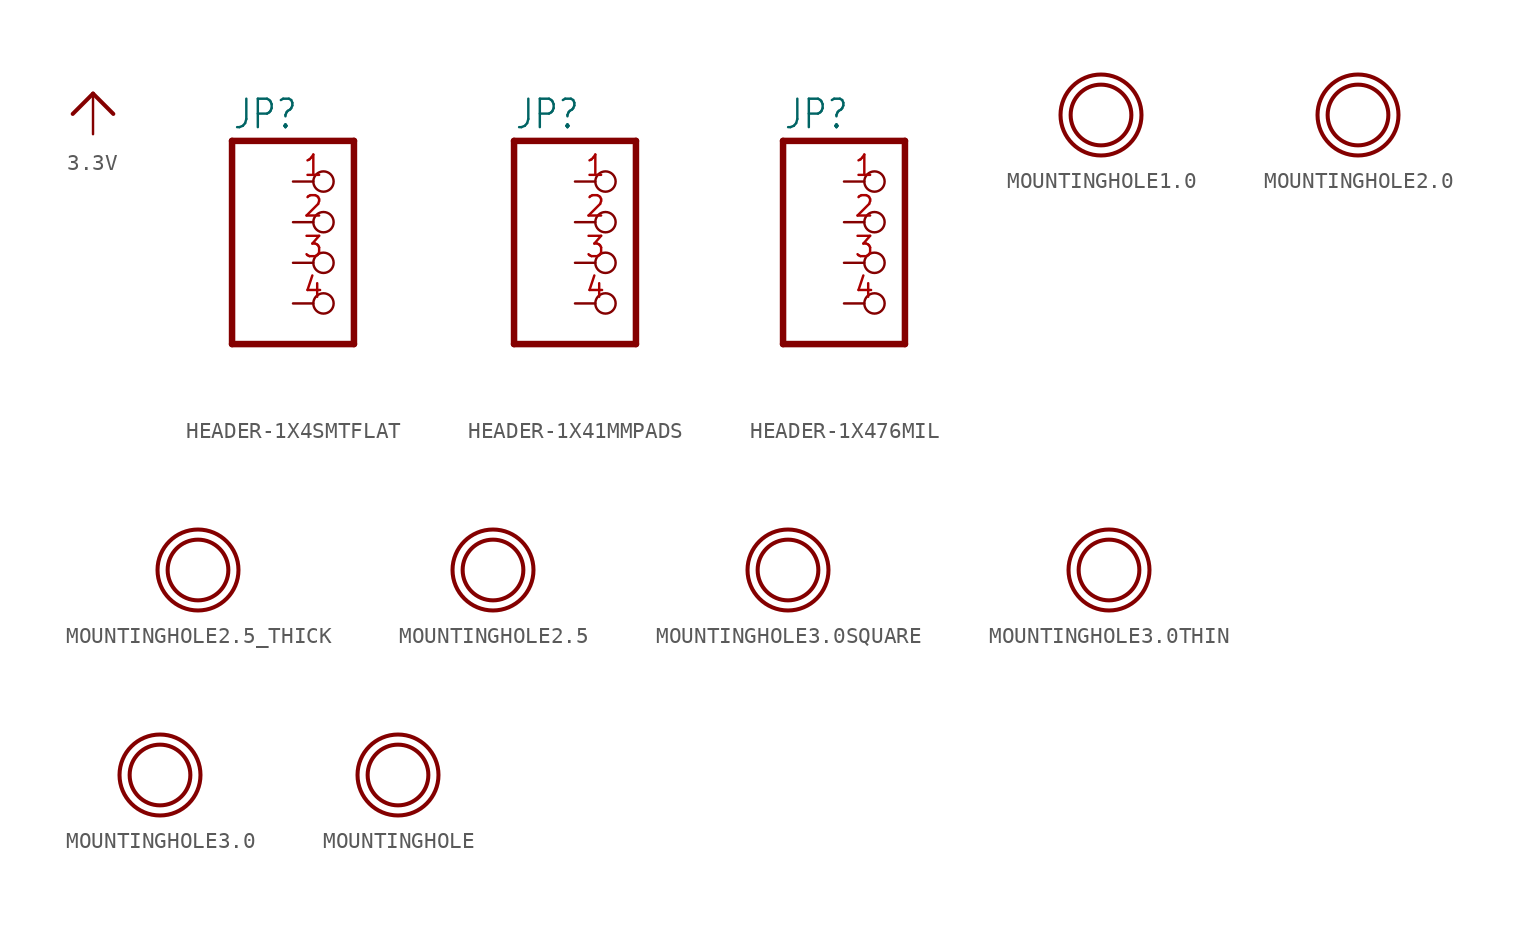
<source format=kicad_sym>
(kicad_symbol_lib
  (version 20231120)
  (generator "kicad_symbol_editor")
  (generator_version "8.0")
  (symbol "3.3V"
    (power)
    (property "Reference" ""
      (at 0 0 0)
      (effects (font (size 1.27 1.27)) (hide yes)))
    (property "Value" ""
      (at -1.524 1.016 0)
      (effects (font (size 1.27 1.079)) (justify left bottom)))
    (property "ki_locked" ""
      (at 0 0 0)
      (effects (font (size 1.27 1.27))))
    (symbol "3.3V_1_0"
      (polyline (pts (xy -1.27 -1.27) (xy 0 0)) (stroke (width 0.254) (type solid)) (fill (type none)))
      (polyline (pts (xy 0 0) (xy 1.27 -1.27)) (stroke (width 0.254) (type solid)) (fill (type none)))
      (pin power_in line (at 0 -2.54 90) (length 2.54) (name "3.3V" (effects (font (size 0 0)))) (number "1" (effects (font (size 0 0)))))))
  (symbol "HEADER-1X4SMTFLAT"
    (property "Reference" "JP"
      (at -6.35 8.255 0)
      (effects (font (size 1.778 1.511)) (justify left bottom)))
    (property "Value" ""
      (at -6.35 -7.62 0)
      (effects (font (size 1.778 1.511)) (justify left bottom)))
    (property "ki_locked" ""
      (at 0 0 0)
      (effects (font (size 1.27 1.27))))
    (symbol "HEADER-1X4SMTFLAT_1_0"
      (polyline (pts (xy -6.35 -5.08) (xy 1.27 -5.08)) (stroke (width 0.406) (type solid)) (fill (type none)))
      (polyline (pts (xy -6.35 7.62) (xy -6.35 -5.08)) (stroke (width 0.406) (type solid)) (fill (type none)))
      (polyline (pts (xy 1.27 -5.08) (xy 1.27 7.62)) (stroke (width 0.406) (type solid)) (fill (type none)))
      (polyline (pts (xy 1.27 7.62) (xy -6.35 7.62)) (stroke (width 0.406) (type solid)) (fill (type none)))
      (pin passive inverted (at -2.54 5.08 0) (length 2.54) (name "1" (effects (font (size 0 0)))) (number "1" (effects (font (size 1.27 1.27)))))
      (pin passive inverted (at -2.54 2.54 0) (length 2.54) (name "2" (effects (font (size 0 0)))) (number "2" (effects (font (size 1.27 1.27)))))
      (pin passive inverted (at -2.54 0 0) (length 2.54) (name "3" (effects (font (size 0 0)))) (number "3" (effects (font (size 1.27 1.27)))))
      (pin passive inverted (at -2.54 -2.54 0) (length 2.54) (name "4" (effects (font (size 0 0)))) (number "4" (effects (font (size 1.27 1.27)))))))
  (symbol "HEADER-1X41MMPADS"
    (property "Reference" "JP"
      (at -6.35 8.255 0)
      (effects (font (size 1.778 1.511)) (justify left bottom)))
    (property "Value" ""
      (at -6.35 -7.62 0)
      (effects (font (size 1.778 1.511)) (justify left bottom)))
    (property "ki_locked" ""
      (at 0 0 0)
      (effects (font (size 1.27 1.27))))
    (symbol "HEADER-1X41MMPADS_1_0"
      (polyline (pts (xy -6.35 -5.08) (xy 1.27 -5.08)) (stroke (width 0.406) (type solid)) (fill (type none)))
      (polyline (pts (xy -6.35 7.62) (xy -6.35 -5.08)) (stroke (width 0.406) (type solid)) (fill (type none)))
      (polyline (pts (xy 1.27 -5.08) (xy 1.27 7.62)) (stroke (width 0.406) (type solid)) (fill (type none)))
      (polyline (pts (xy 1.27 7.62) (xy -6.35 7.62)) (stroke (width 0.406) (type solid)) (fill (type none)))
      (pin passive inverted (at -2.54 5.08 0) (length 2.54) (name "1" (effects (font (size 0 0)))) (number "1" (effects (font (size 1.27 1.27)))))
      (pin passive inverted (at -2.54 2.54 0) (length 2.54) (name "2" (effects (font (size 0 0)))) (number "2" (effects (font (size 1.27 1.27)))))
      (pin passive inverted (at -2.54 0 0) (length 2.54) (name "3" (effects (font (size 0 0)))) (number "3" (effects (font (size 1.27 1.27)))))
      (pin passive inverted (at -2.54 -2.54 0) (length 2.54) (name "4" (effects (font (size 0 0)))) (number "4" (effects (font (size 1.27 1.27)))))))
  (symbol "HEADER-1X476MIL"
    (property "Reference" "JP"
      (at -6.35 8.255 0)
      (effects (font (size 1.778 1.511)) (justify left bottom)))
    (property "Value" ""
      (at -6.35 -7.62 0)
      (effects (font (size 1.778 1.511)) (justify left bottom)))
    (property "ki_locked" ""
      (at 0 0 0)
      (effects (font (size 1.27 1.27))))
    (symbol "HEADER-1X476MIL_1_0"
      (polyline (pts (xy -6.35 -5.08) (xy 1.27 -5.08)) (stroke (width 0.406) (type solid)) (fill (type none)))
      (polyline (pts (xy -6.35 7.62) (xy -6.35 -5.08)) (stroke (width 0.406) (type solid)) (fill (type none)))
      (polyline (pts (xy 1.27 -5.08) (xy 1.27 7.62)) (stroke (width 0.406) (type solid)) (fill (type none)))
      (polyline (pts (xy 1.27 7.62) (xy -6.35 7.62)) (stroke (width 0.406) (type solid)) (fill (type none)))
      (pin passive inverted (at -2.54 5.08 0) (length 2.54) (name "1" (effects (font (size 0 0)))) (number "1" (effects (font (size 1.27 1.27)))))
      (pin passive inverted (at -2.54 2.54 0) (length 2.54) (name "2" (effects (font (size 0 0)))) (number "2" (effects (font (size 1.27 1.27)))))
      (pin passive inverted (at -2.54 0 0) (length 2.54) (name "3" (effects (font (size 0 0)))) (number "3" (effects (font (size 1.27 1.27)))))
      (pin passive inverted (at -2.54 -2.54 0) (length 2.54) (name "4" (effects (font (size 0 0)))) (number "4" (effects (font (size 1.27 1.27)))))))
  (symbol "MOUNTINGHOLE1.0"
    (property "Reference" ""
      (at 0 0 0)
      (effects (font (size 1.27 1.27)) (hide yes)))
    (property "ki_locked" ""
      (at 0 0 0)
      (effects (font (size 1.27 1.27))))
    (symbol "MOUNTINGHOLE1.0_1_0"
      (circle (center 0 0) (radius 1.905) (stroke (width 0.254) (type solid)) (fill (type none)))
      (circle (center 0 0) (radius 2.54) (stroke (width 0.254) (type solid)) (fill (type none)))))
  (symbol "MOUNTINGHOLE2.0"
    (property "Reference" ""
      (at 0 0 0)
      (effects (font (size 1.27 1.27)) (hide yes)))
    (property "ki_locked" ""
      (at 0 0 0)
      (effects (font (size 1.27 1.27))))
    (symbol "MOUNTINGHOLE2.0_1_0"
      (circle (center 0 0) (radius 1.905) (stroke (width 0.254) (type solid)) (fill (type none)))
      (circle (center 0 0) (radius 2.54) (stroke (width 0.254) (type solid)) (fill (type none)))))
  (symbol "MOUNTINGHOLE2.5_THICK"
    (property "Reference" ""
      (at 0 0 0)
      (effects (font (size 1.27 1.27)) (hide yes)))
    (property "ki_locked" ""
      (at 0 0 0)
      (effects (font (size 1.27 1.27))))
    (symbol "MOUNTINGHOLE2.5_THICK_1_0"
      (circle (center 0 0) (radius 1.905) (stroke (width 0.254) (type solid)) (fill (type none)))
      (circle (center 0 0) (radius 2.54) (stroke (width 0.254) (type solid)) (fill (type none)))))
  (symbol "MOUNTINGHOLE2.5"
    (property "Reference" ""
      (at 0 0 0)
      (effects (font (size 1.27 1.27)) (hide yes)))
    (property "ki_locked" ""
      (at 0 0 0)
      (effects (font (size 1.27 1.27))))
    (symbol "MOUNTINGHOLE2.5_1_0"
      (circle (center 0 0) (radius 1.905) (stroke (width 0.254) (type solid)) (fill (type none)))
      (circle (center 0 0) (radius 2.54) (stroke (width 0.254) (type solid)) (fill (type none)))))
  (symbol "MOUNTINGHOLE3.0SQUARE"
    (property "Reference" ""
      (at 0 0 0)
      (effects (font (size 1.27 1.27)) (hide yes)))
    (property "ki_locked" ""
      (at 0 0 0)
      (effects (font (size 1.27 1.27))))
    (symbol "MOUNTINGHOLE3.0SQUARE_1_0"
      (circle (center 0 0) (radius 1.905) (stroke (width 0.254) (type solid)) (fill (type none)))
      (circle (center 0 0) (radius 2.54) (stroke (width 0.254) (type solid)) (fill (type none)))))
  (symbol "MOUNTINGHOLE3.0THIN"
    (property "Reference" ""
      (at 0 0 0)
      (effects (font (size 1.27 1.27)) (hide yes)))
    (property "ki_locked" ""
      (at 0 0 0)
      (effects (font (size 1.27 1.27))))
    (symbol "MOUNTINGHOLE3.0THIN_1_0"
      (circle (center 0 0) (radius 1.905) (stroke (width 0.254) (type solid)) (fill (type none)))
      (circle (center 0 0) (radius 2.54) (stroke (width 0.254) (type solid)) (fill (type none)))))
  (symbol "MOUNTINGHOLE3.0"
    (property "Reference" ""
      (at 0 0 0)
      (effects (font (size 1.27 1.27)) (hide yes)))
    (property "ki_locked" ""
      (at 0 0 0)
      (effects (font (size 1.27 1.27))))
    (symbol "MOUNTINGHOLE3.0_1_0"
      (circle (center 0 0) (radius 1.905) (stroke (width 0.254) (type solid)) (fill (type none)))
      (circle (center 0 0) (radius 2.54) (stroke (width 0.254) (type solid)) (fill (type none)))))
  (symbol "MOUNTINGHOLE"
    (property "Reference" ""
      (at 0 0 0)
      (effects (font (size 1.27 1.27)) (hide yes)))
    (property "ki_locked" ""
      (at 0 0 0)
      (effects (font (size 1.27 1.27))))
    (symbol "MOUNTINGHOLE_1_0"
      (circle (center 0 0) (radius 1.905) (stroke (width 0.254) (type solid)) (fill (type none)))
      (circle (center 0 0) (radius 2.54) (stroke (width 0.254) (type solid)) (fill (type none))))))
</source>
